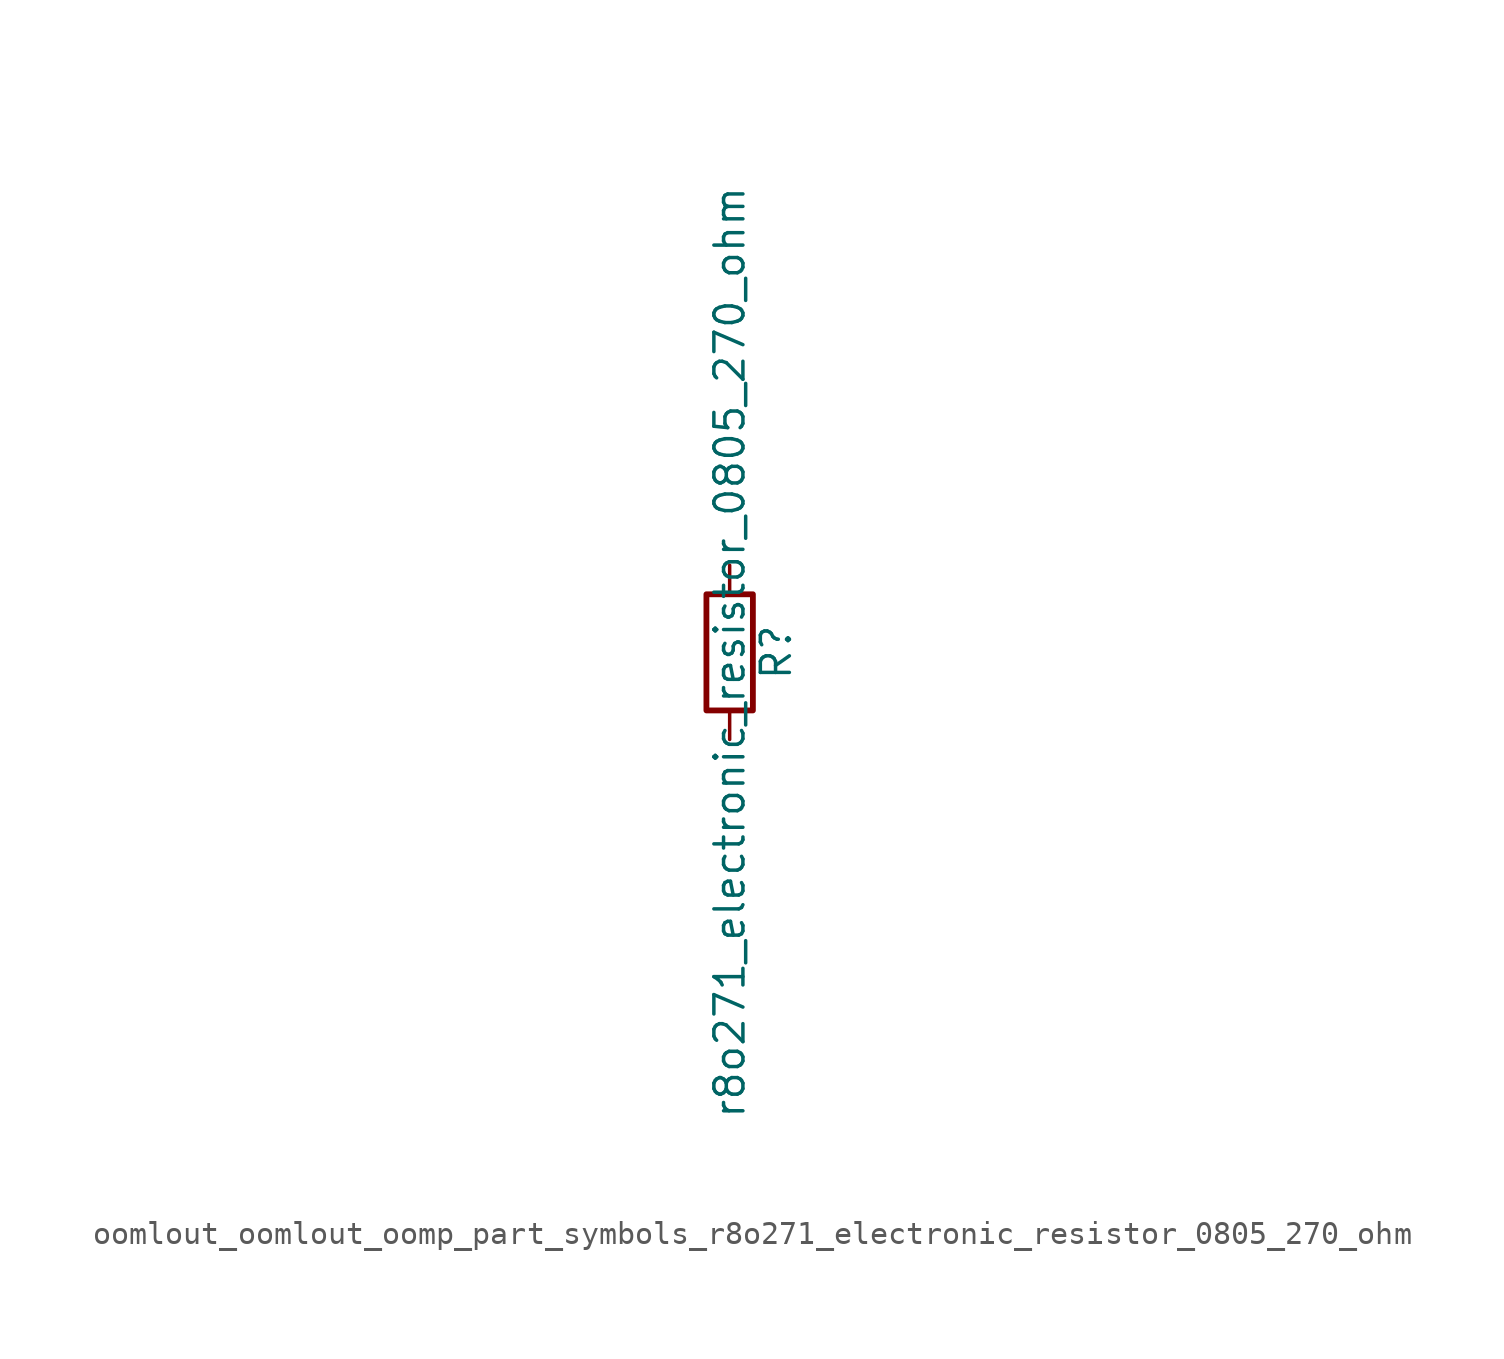
<source format=kicad_sym>
(kicad_symbol_lib
  (version 20220914)
  (generator kicad_symbol_editor)
  (symbol "oomlout_oomlout_oomp_part_symbols_r8o271_electronic_resistor_0805_270_ohm"
    (pin_numbers hide)
    (pin_names
      (offset 0))
    (property "Reference" "R"
      (at 2.032 0 90)
      (effects (font (size 1.27 1.27))))
    (property "Value" "r8o271_electronic_resistor_0805_270_ohm"
      (at 0 0 90)
      (effects (font (size 1.27 1.27))))
    (symbol "oomlout_oomlout_oomp_part_symbols_r8o271_electronic_resistor_0805_270_ohm_0_1"
      (rectangle (start -1.016 -2.54) (end 1.016 2.54) (stroke (width 0.254) (type default)) (fill (type none))))
    (symbol "oomlout_oomlout_oomp_part_symbols_r8o271_electronic_resistor_0805_270_ohm_1_1"
      (pin passive line (at 0 3.81 270) (length 1.27) (name "~" (effects (font (size 1.27 1.27)))) (number "1" (effects (font (size 1.27 1.27)))))
      (pin passive line (at 0 -3.81 90) (length 1.27) (name "~" (effects (font (size 1.27 1.27)))) (number "2" (effects (font (size 1.27 1.27))))))))
</source>
